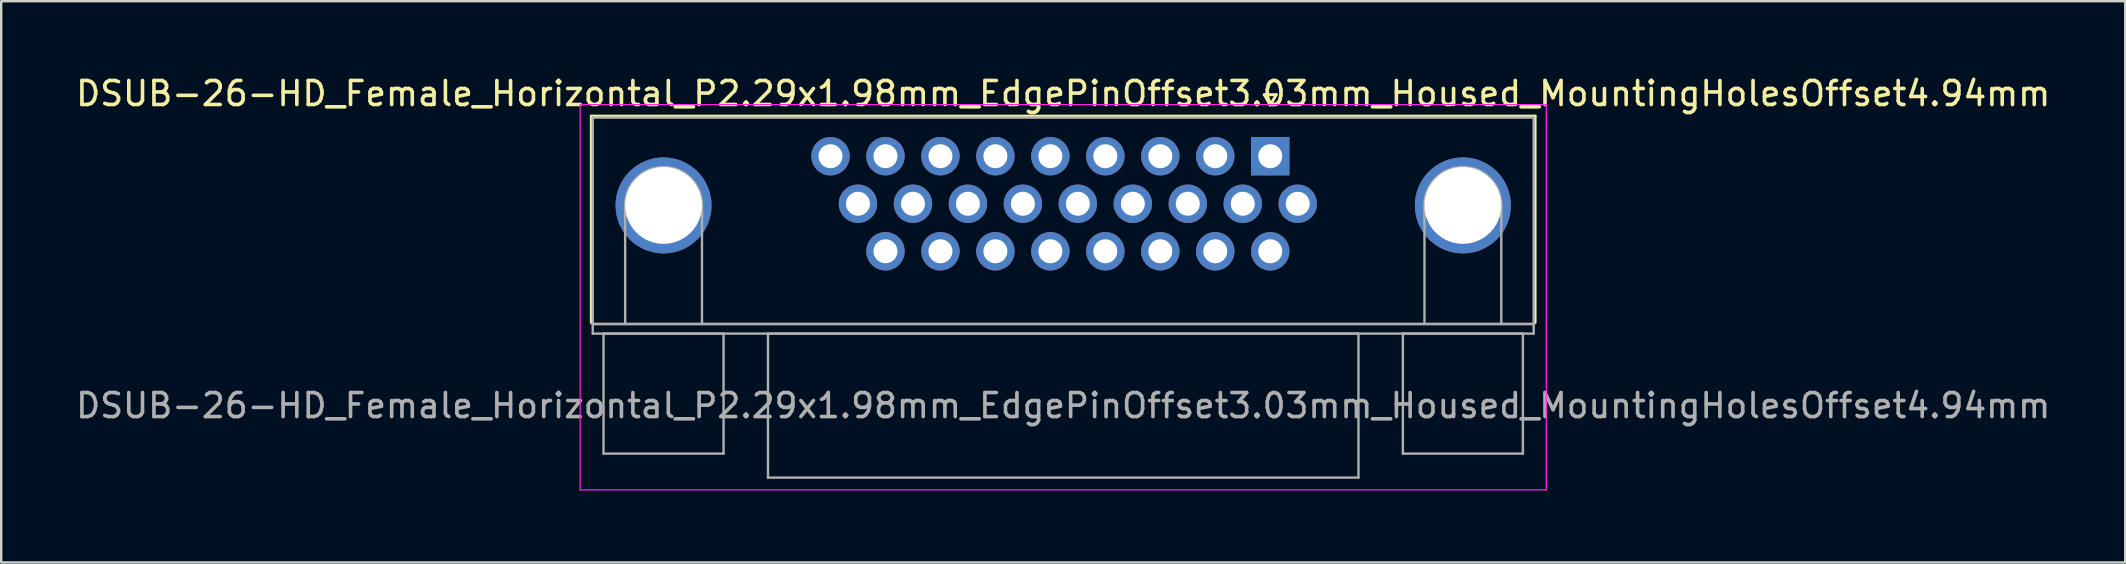
<source format=kicad_pcb>
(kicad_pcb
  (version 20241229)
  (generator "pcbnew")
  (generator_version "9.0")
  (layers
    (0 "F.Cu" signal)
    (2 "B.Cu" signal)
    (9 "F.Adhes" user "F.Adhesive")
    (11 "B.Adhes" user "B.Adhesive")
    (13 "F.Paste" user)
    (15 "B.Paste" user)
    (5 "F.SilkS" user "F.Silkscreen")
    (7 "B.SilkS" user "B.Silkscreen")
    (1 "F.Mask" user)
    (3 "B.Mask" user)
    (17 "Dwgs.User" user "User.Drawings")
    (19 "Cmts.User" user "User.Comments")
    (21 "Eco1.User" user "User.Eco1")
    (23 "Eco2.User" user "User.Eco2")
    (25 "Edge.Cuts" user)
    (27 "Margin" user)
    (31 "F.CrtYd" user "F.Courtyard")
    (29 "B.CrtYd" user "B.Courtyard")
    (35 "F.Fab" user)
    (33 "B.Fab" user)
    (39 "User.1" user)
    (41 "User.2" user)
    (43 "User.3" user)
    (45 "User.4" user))
  (footprint "DSUB-26-HD_Female_Horizontal_P2.29x1.98mm_EdgePinOffset3.03mm_Housed_MountingHolesOffset4.94mm"
    (layer "F.Cu")
    (at 49.869 3.458)
    (property "Reference" "DSUB-26-HD_Female_Horizontal_P2.29x1.98mm_EdgePinOffset3.03mm_Housed_MountingHolesOffset4.94mm" (at -8.625 -2.61 0) (layer "F.SilkS") (effects (font (size 1 1) (thickness 0.15))))
    (attr through_hole)
    (fp_line (start -28.285 -1.67) (end 11.035 -1.67) (stroke (width 0.12) (type solid)) (layer "F.SilkS"))
    (fp_line (start -28.285 6.93) (end -28.285 -1.67) (stroke (width 0.12) (type solid)) (layer "F.SilkS"))
    (fp_line (start -0.25 -2.564) (end 0.25 -2.564) (stroke (width 0.12) (type solid)) (layer "F.SilkS"))
    (fp_line (start 0 -2.131) (end -0.25 -2.564) (stroke (width 0.12) (type solid)) (layer "F.SilkS"))
    (fp_line (start 0.25 -2.564) (end 0 -2.131) (stroke (width 0.12) (type solid)) (layer "F.SilkS"))
    (fp_line (start 11.035 -1.67) (end 11.035 6.93) (stroke (width 0.12) (type solid)) (layer "F.SilkS"))
    (fp_line (start -28.75 -2.15) (end -28.75 13.9) (stroke (width 0.05) (type solid)) (layer "F.CrtYd"))
    (fp_line (start -28.75 13.9) (end 11.5 13.9) (stroke (width 0.05) (type solid)) (layer "F.CrtYd"))
    (fp_line (start 11.5 -2.15) (end -28.75 -2.15) (stroke (width 0.05) (type solid)) (layer "F.CrtYd"))
    (fp_line (start 11.5 13.9) (end 11.5 -2.15) (stroke (width 0.05) (type solid)) (layer "F.CrtYd"))
    (fp_line (start -28.225 -1.61) (end -28.225 6.99) (stroke (width 0.1) (type solid)) (layer "F.Fab"))
    (fp_line (start -28.225 6.99) (end -28.225 7.39) (stroke (width 0.1) (type solid)) (layer "F.Fab"))
    (fp_line (start -28.225 6.99) (end 10.975 6.99) (stroke (width 0.1) (type solid)) (layer "F.Fab"))
    (fp_line (start -28.225 7.39) (end 10.975 7.39) (stroke (width 0.1) (type solid)) (layer "F.Fab"))
    (fp_line (start -27.775 7.39) (end -27.775 12.39) (stroke (width 0.1) (type solid)) (layer "F.Fab"))
    (fp_line (start -27.775 12.39) (end -22.775 12.39) (stroke (width 0.1) (type solid)) (layer "F.Fab"))
    (fp_line (start -26.875 6.99) (end -26.875 2.05) (stroke (width 0.1) (type solid)) (layer "F.Fab"))
    (fp_line (start -23.675 6.99) (end -23.675 2.05) (stroke (width 0.1) (type solid)) (layer "F.Fab"))
    (fp_line (start -22.775 7.39) (end -27.775 7.39) (stroke (width 0.1) (type solid)) (layer "F.Fab"))
    (fp_line (start -22.775 12.39) (end -22.775 7.39) (stroke (width 0.1) (type solid)) (layer "F.Fab"))
    (fp_line (start -20.925 7.39) (end -20.925 13.39) (stroke (width 0.1) (type solid)) (layer "F.Fab"))
    (fp_line (start -20.925 13.39) (end 3.675 13.39) (stroke (width 0.1) (type solid)) (layer "F.Fab"))
    (fp_line (start 3.675 7.39) (end -20.925 7.39) (stroke (width 0.1) (type solid)) (layer "F.Fab"))
    (fp_line (start 3.675 13.39) (end 3.675 7.39) (stroke (width 0.1) (type solid)) (layer "F.Fab"))
    (fp_line (start 5.525 7.39) (end 5.525 12.39) (stroke (width 0.1) (type solid)) (layer "F.Fab"))
    (fp_line (start 5.525 12.39) (end 10.525 12.39) (stroke (width 0.1) (type solid)) (layer "F.Fab"))
    (fp_line (start 6.425 6.99) (end 6.425 2.05) (stroke (width 0.1) (type solid)) (layer "F.Fab"))
    (fp_line (start 9.625 6.99) (end 9.625 2.05) (stroke (width 0.1) (type solid)) (layer "F.Fab"))
    (fp_line (start 10.525 7.39) (end 5.525 7.39) (stroke (width 0.1) (type solid)) (layer "F.Fab"))
    (fp_line (start 10.525 12.39) (end 10.525 7.39) (stroke (width 0.1) (type solid)) (layer "F.Fab"))
    (fp_line (start 10.975 -1.61) (end -28.225 -1.61) (stroke (width 0.1) (type solid)) (layer "F.Fab"))
    (fp_line (start 10.975 6.99) (end -28.225 6.99) (stroke (width 0.1) (type solid)) (layer "F.Fab"))
    (fp_line (start 10.975 6.99) (end 10.975 -1.61) (stroke (width 0.1) (type solid)) (layer "F.Fab"))
    (fp_line (start 10.975 7.39) (end 10.975 6.99) (stroke (width 0.1) (type solid)) (layer "F.Fab"))
    (fp_arc (start -26.875 2.05) (mid -25.275 0.45) (end -23.675 2.05) (stroke (width 0.1) (type solid)) (layer "F.Fab"))
    (fp_arc (start 6.425 2.05) (mid 8.025 0.45) (end 9.625 2.05) (stroke (width 0.1) (type solid)) (layer "F.Fab"))
    (fp_text user "${REFERENCE}" (at -8.625 10.39 0) (layer "F.Fab") (effects (font (size 1 1) (thickness 0.15))))
    (pad "0" thru_hole circle (at -25.275 2.05) (size 4 4) (drill 3.2) (layers "*.Cu" "*.Mask"))
    (pad "0" thru_hole circle (at 8.025 2.05) (size 4 4) (drill 3.2) (layers "*.Cu" "*.Mask"))
    (pad "1" thru_hole rect (at 0 0) (size 1.6 1.6) (drill 1) (layers "*.Cu" "*.Mask"))
    (pad "2" thru_hole circle (at -2.29 0) (size 1.6 1.6) (drill 1) (layers "*.Cu" "*.Mask"))
    (pad "3" thru_hole circle (at -4.58 0) (size 1.6 1.6) (drill 1) (layers "*.Cu" "*.Mask"))
    (pad "4" thru_hole circle (at -6.87 0) (size 1.6 1.6) (drill 1) (layers "*.Cu" "*.Mask"))
    (pad "5" thru_hole circle (at -9.16 0) (size 1.6 1.6) (drill 1) (layers "*.Cu" "*.Mask"))
    (pad "6" thru_hole circle (at -11.45 0) (size 1.6 1.6) (drill 1) (layers "*.Cu" "*.Mask"))
    (pad "7" thru_hole circle (at -13.74 0) (size 1.6 1.6) (drill 1) (layers "*.Cu" "*.Mask"))
    (pad "8" thru_hole circle (at -16.03 0) (size 1.6 1.6) (drill 1) (layers "*.Cu" "*.Mask"))
    (pad "9" thru_hole circle (at -18.32 0) (size 1.6 1.6) (drill 1) (layers "*.Cu" "*.Mask"))
    (pad "10" thru_hole circle (at 1.145 1.98) (size 1.6 1.6) (drill 1) (layers "*.Cu" "*.Mask"))
    (pad "11" thru_hole circle (at -1.145 1.98) (size 1.6 1.6) (drill 1) (layers "*.Cu" "*.Mask"))
    (pad "12" thru_hole circle (at -3.435 1.98) (size 1.6 1.6) (drill 1) (layers "*.Cu" "*.Mask"))
    (pad "13" thru_hole circle (at -5.725 1.98) (size 1.6 1.6) (drill 1) (layers "*.Cu" "*.Mask"))
    (pad "14" thru_hole circle (at -8.015 1.98) (size 1.6 1.6) (drill 1) (layers "*.Cu" "*.Mask"))
    (pad "15" thru_hole circle (at -10.305 1.98) (size 1.6 1.6) (drill 1) (layers "*.Cu" "*.Mask"))
    (pad "16" thru_hole circle (at -12.595 1.98) (size 1.6 1.6) (drill 1) (layers "*.Cu" "*.Mask"))
    (pad "17" thru_hole circle (at -14.885 1.98) (size 1.6 1.6) (drill 1) (layers "*.Cu" "*.Mask"))
    (pad "18" thru_hole circle (at -17.175 1.98) (size 1.6 1.6) (drill 1) (layers "*.Cu" "*.Mask"))
    (pad "19" thru_hole circle (at 0 3.96) (size 1.6 1.6) (drill 1) (layers "*.Cu" "*.Mask"))
    (pad "20" thru_hole circle (at -2.29 3.96) (size 1.6 1.6) (drill 1) (layers "*.Cu" "*.Mask"))
    (pad "21" thru_hole circle (at -4.58 3.96) (size 1.6 1.6) (drill 1) (layers "*.Cu" "*.Mask"))
    (pad "22" thru_hole circle (at -6.87 3.96) (size 1.6 1.6) (drill 1) (layers "*.Cu" "*.Mask"))
    (pad "23" thru_hole circle (at -9.16 3.96) (size 1.6 1.6) (drill 1) (layers "*.Cu" "*.Mask"))
    (pad "24" thru_hole circle (at -11.45 3.96) (size 1.6 1.6) (drill 1) (layers "*.Cu" "*.Mask"))
    (pad "25" thru_hole circle (at -13.74 3.96) (size 1.6 1.6) (drill 1) (layers "*.Cu" "*.Mask"))
    (pad "26" thru_hole circle (at -16.03 3.96) (size 1.6 1.6) (drill 1) (layers "*.Cu" "*.Mask")))
  (gr_rect
    (start -3 -3)
    (end 85.488 20.383)
    (stroke (width 0.1) (type default))
    (fill no)
    (layer "Edge.Cuts")))
</source>
